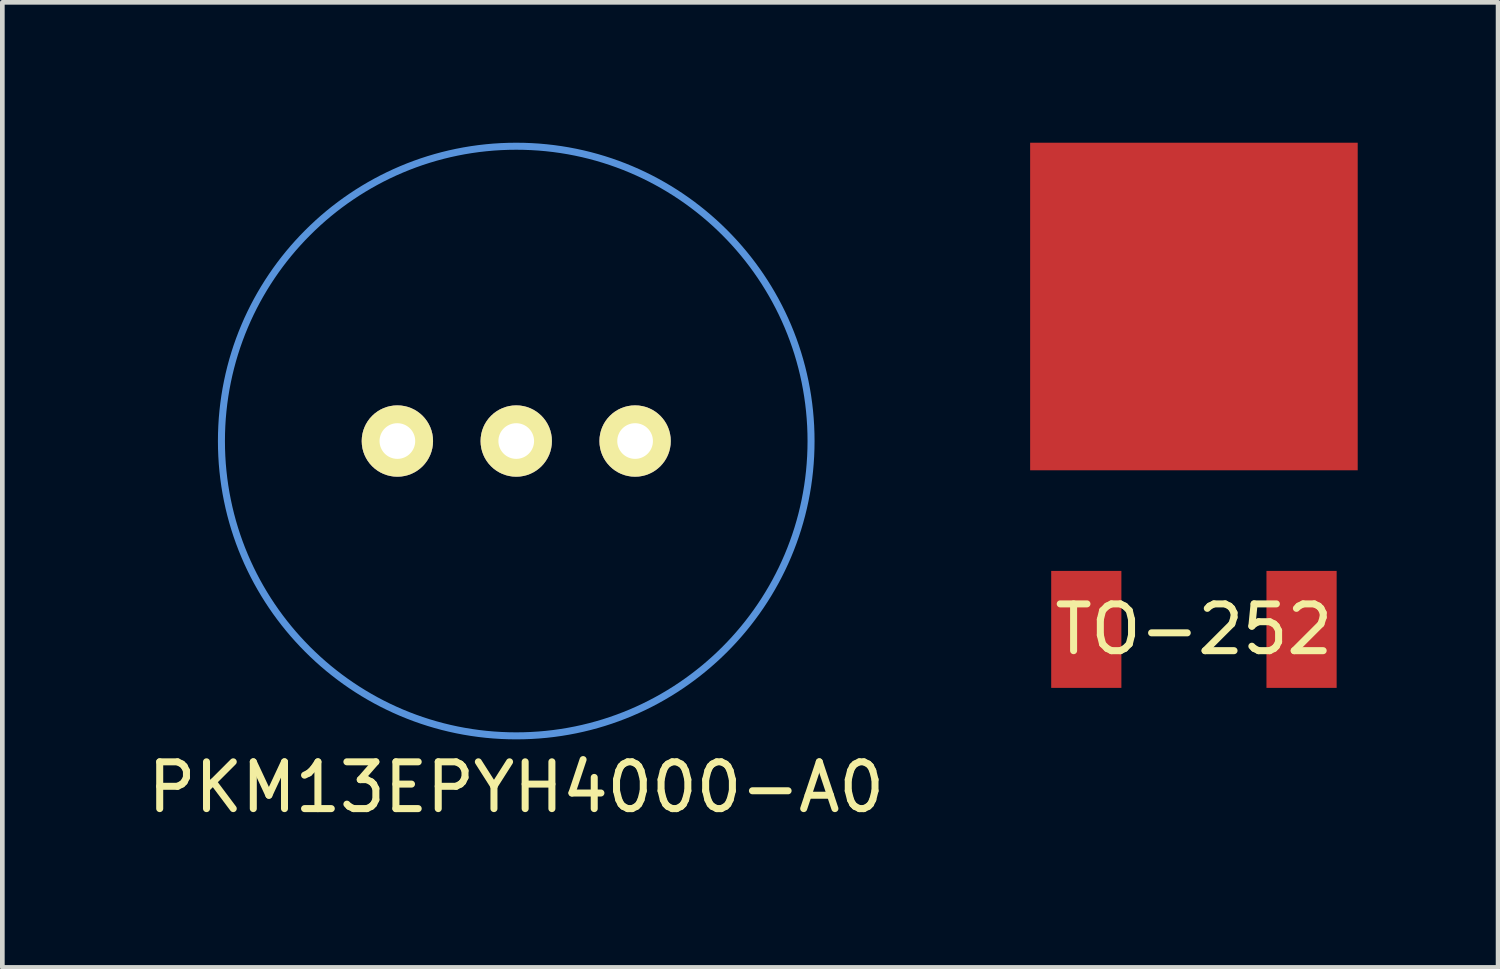
<source format=kicad_pcb>
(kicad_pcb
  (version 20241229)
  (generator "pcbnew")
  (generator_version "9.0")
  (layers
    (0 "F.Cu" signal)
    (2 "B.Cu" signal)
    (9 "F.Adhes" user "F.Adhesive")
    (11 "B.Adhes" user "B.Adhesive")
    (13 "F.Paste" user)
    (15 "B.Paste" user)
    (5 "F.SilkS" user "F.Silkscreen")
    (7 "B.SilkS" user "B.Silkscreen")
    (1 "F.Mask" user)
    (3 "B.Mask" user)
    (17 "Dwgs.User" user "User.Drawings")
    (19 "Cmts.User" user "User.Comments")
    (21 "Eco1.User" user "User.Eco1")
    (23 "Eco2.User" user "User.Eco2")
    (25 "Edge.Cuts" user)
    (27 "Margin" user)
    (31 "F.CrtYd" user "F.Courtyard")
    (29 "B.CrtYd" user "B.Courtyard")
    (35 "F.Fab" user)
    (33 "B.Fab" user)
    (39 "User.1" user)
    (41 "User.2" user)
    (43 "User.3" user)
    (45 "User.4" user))
  (footprint "TO-252"
    (layer "F.Cu")
    (at 22.464 3.5)
    (property "Reference" "TO-252" (at 0 6.9 0) (layer "F.SilkS") (effects (font (size 1 1) (thickness 0.15))))
    (attr through_hole)
    (pad "1" smd rect (at -2.3 6.9) (size 1.5 2.5) (layers "F.Cu" "F.Mask" "F.Paste"))
    (pad "2" smd rect (at 0 0) (size 7 7) (layers "F.Cu" "F.Mask" "F.Paste"))
    (pad "3" smd rect (at 2.3 6.9) (size 1.5 2.5) (layers "F.Cu" "F.Mask" "F.Paste")))
  (footprint "PKM13EPYH4000-A0"
    (layer "F.Cu")
    (at 7.982 6.375)
    (property "Reference" "PKM13EPYH4000-A0" (at 0 7.4 0) (layer "F.SilkS") (effects (font (size 1 1) (thickness 0.15))))
    (attr through_hole)
    (fp_circle (center 0 0) (end 0 -6.3) (stroke (width 0.15) (type solid)) (fill no) (layer "Cmts.User"))
    (pad "" thru_hole circle (at 0 0) (size 1.524 1.524) (drill 0.762) (layers "*.Cu" "*.Mask" "F.SilkS"))
    (pad "1" thru_hole circle (at -2.54 0) (size 1.524 1.524) (drill 0.762) (layers "*.Cu" "*.Mask" "F.SilkS"))
    (pad "2" thru_hole circle (at 2.54 0) (size 1.524 1.524) (drill 0.762) (layers "*.Cu" "*.Mask" "F.SilkS")))
  (gr_rect
    (start -3 -3)
    (end 28.964 17.623)
    (stroke (width 0.1) (type default))
    (fill no)
    (layer "Edge.Cuts")))
</source>
